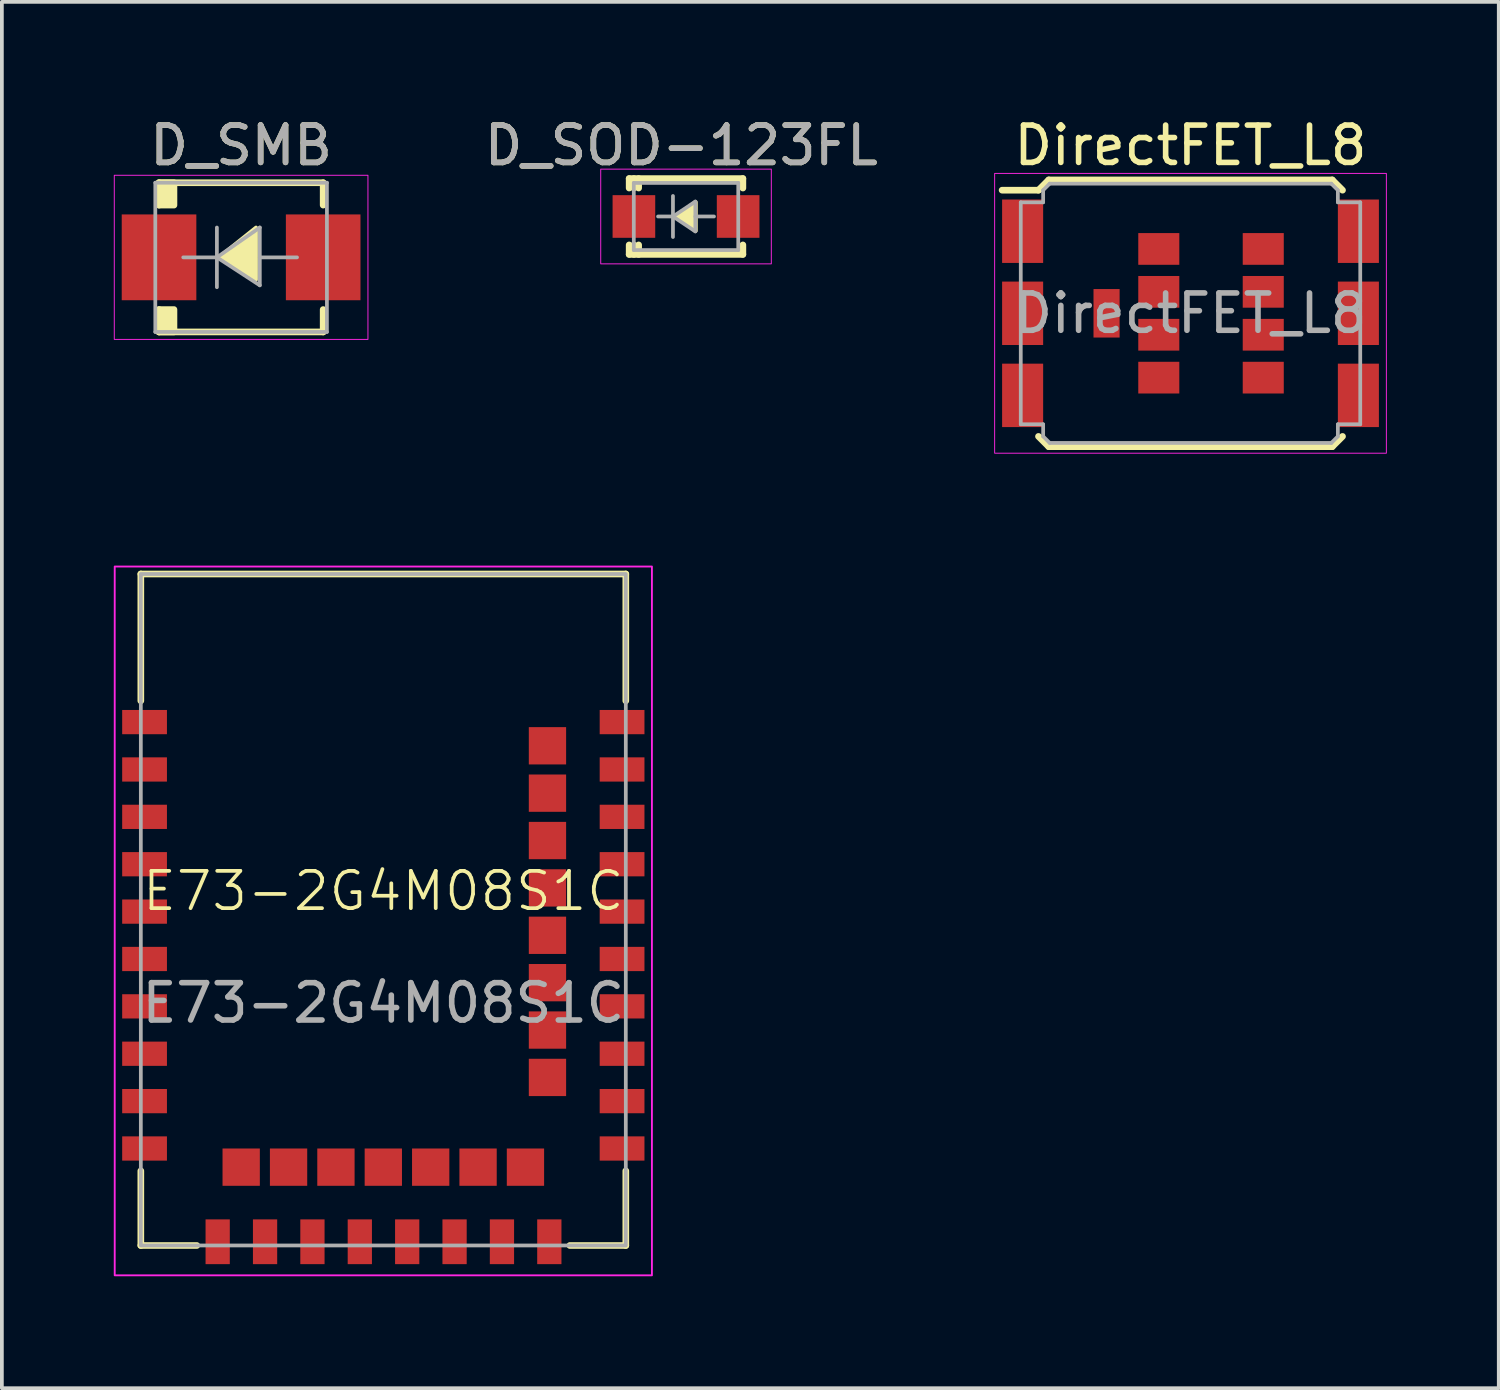
<source format=kicad_pcb>
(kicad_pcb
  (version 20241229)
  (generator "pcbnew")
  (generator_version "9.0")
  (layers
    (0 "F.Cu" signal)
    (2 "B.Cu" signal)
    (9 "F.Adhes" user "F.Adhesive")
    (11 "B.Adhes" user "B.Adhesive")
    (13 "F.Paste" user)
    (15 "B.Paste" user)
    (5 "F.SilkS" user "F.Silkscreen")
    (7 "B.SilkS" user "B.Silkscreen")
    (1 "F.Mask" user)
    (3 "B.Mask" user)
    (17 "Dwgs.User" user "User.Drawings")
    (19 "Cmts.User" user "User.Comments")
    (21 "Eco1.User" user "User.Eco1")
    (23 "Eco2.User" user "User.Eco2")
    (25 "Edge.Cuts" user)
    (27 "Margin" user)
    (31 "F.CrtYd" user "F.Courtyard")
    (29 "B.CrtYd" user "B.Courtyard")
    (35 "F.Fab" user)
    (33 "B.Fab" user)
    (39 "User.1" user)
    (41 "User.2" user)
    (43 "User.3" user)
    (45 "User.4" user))
  (footprint "D_SMB"
    (layer "F.Cu")
    (at 3.413 3.848)
    (property "Reference" "D_SMB" (at 0 -3 0) (layer "F.SilkS") (effects (font (size 1 1) (thickness 0.15))))
    (attr smd)
    (fp_line (start -2.2 -2) (end 2.2 -2) (stroke (width 0.178) (type solid)) (layer "F.SilkS"))
    (fp_line (start -2.2 -1.4) (end -2.2 -2) (stroke (width 0.178) (type solid)) (layer "F.SilkS"))
    (fp_line (start -2.2 2) (end -2.2 1.4) (stroke (width 0.178) (type solid)) (layer "F.SilkS"))
    (fp_line (start 2.2 -2) (end 2.2 -1.4) (stroke (width 0.178) (type solid)) (layer "F.SilkS"))
    (fp_line (start 2.2 1.4) (end 2.2 2) (stroke (width 0.178) (type solid)) (layer "F.SilkS"))
    (fp_line (start 2.2 2) (end -2.2 2) (stroke (width 0.178) (type solid)) (layer "F.SilkS"))
    (fp_rect (start -2.2 -2) (end -1.8 -1.4) (stroke (width 0.178) (type solid)) (fill yes) (layer "F.SilkS"))
    (fp_rect (start -2.2 1.4) (end -1.8 2) (stroke (width 0.178) (type solid)) (fill yes) (layer "F.SilkS"))
    (fp_poly (pts (xy -0.6 0) (xy 0.4 -0.8) (xy 0.4 0.6)) (stroke (width 0.1) (type solid)) (fill yes) (layer "F.SilkS"))
    (fp_rect (start -3.4 -2.2) (end 3.4 2.2) (stroke (width 0.025) (type solid)) (fill no) (layer "F.CrtYd"))
    (fp_line (start -2.3 2) (end -2.3 -2) (stroke (width 0.1) (type solid)) (layer "F.Fab"))
    (fp_line (start -0.649 -0.799) (end -0.649 0.801) (stroke (width 0.1) (type solid)) (layer "F.Fab"))
    (fp_line (start -0.649 0.001) (end -1.551 0.001) (stroke (width 0.1) (type solid)) (layer "F.Fab"))
    (fp_line (start -0.649 0.001) (end 0.501 -0.799) (stroke (width 0.1) (type solid)) (layer "F.Fab"))
    (fp_line (start -0.649 0.001) (end 0.501 0.75) (stroke (width 0.1) (type solid)) (layer "F.Fab"))
    (fp_line (start 0.501 0.001) (end 1.499 0.001) (stroke (width 0.1) (type solid)) (layer "F.Fab"))
    (fp_line (start 0.501 0.75) (end 0.501 -0.799) (stroke (width 0.1) (type solid)) (layer "F.Fab"))
    (fp_line (start 2.3 -2) (end -2.3 -2) (stroke (width 0.1) (type solid)) (layer "F.Fab"))
    (fp_line (start 2.3 -2) (end 2.3 2) (stroke (width 0.1) (type solid)) (layer "F.Fab"))
    (fp_line (start 2.3 2) (end -2.3 2) (stroke (width 0.1) (type solid)) (layer "F.Fab"))
    (fp_text user "${REFERENCE}" (at 0 -3 0) (layer "F.Fab") (effects (font (size 1 1) (thickness 0.15))))
    (pad "A" smd rect (at 2.2 0) (size 2 2.3) (layers "F.Cu" "F.Mask" "F.Paste"))
    (pad "K" smd rect (at -2.2 0) (size 2 2.3) (layers "F.Cu" "F.Mask" "F.Paste")))
  (footprint "DirectFET_L8"
    (layer "F.Cu")
    (at 28.862 5.348)
    (property "Reference" "DirectFET_L8" (at 0 -4.5 0) (layer "F.SilkS") (effects (font (size 1 1) (thickness 0.15))))
    (attr smd)
    (fp_line (start -5.05 -3.3) (end -4.075 -3.3) (stroke (width 0.178) (type solid)) (layer "F.SilkS"))
    (fp_line (start -4.075 -3.3) (end -3.8 -3.575) (stroke (width 0.178) (type solid)) (layer "F.SilkS"))
    (fp_line (start -4.075 3.3) (end -3.8 3.575) (stroke (width 0.178) (type solid)) (layer "F.SilkS"))
    (fp_line (start 3.8 -3.575) (end -3.8 -3.575) (stroke (width 0.178) (type solid)) (layer "F.SilkS"))
    (fp_line (start 3.8 3.575) (end -3.8 3.575) (stroke (width 0.178) (type solid)) (layer "F.SilkS"))
    (fp_line (start 4.075 -3.3) (end 3.8 -3.575) (stroke (width 0.178) (type solid)) (layer "F.SilkS"))
    (fp_line (start 4.075 3.3) (end 3.8 3.575) (stroke (width 0.178) (type solid)) (layer "F.SilkS"))
    (fp_rect (start -5.25 -3.75) (end 5.25 3.75) (stroke (width 0.025) (type solid)) (fill no) (layer "F.CrtYd"))
    (fp_line (start -4.55 -2.975) (end -4.55 2.975) (stroke (width 0.1) (type solid)) (layer "F.Fab"))
    (fp_line (start -4.55 -2.975) (end -3.95 -2.975) (stroke (width 0.1) (type solid)) (layer "F.Fab"))
    (fp_line (start -4.55 2.975) (end -3.95 2.975) (stroke (width 0.1) (type solid)) (layer "F.Fab"))
    (fp_line (start -3.95 -3.3) (end -3.775 -3.475) (stroke (width 0.1) (type solid)) (layer "F.Fab"))
    (fp_line (start -3.95 -2.975) (end -3.95 -3.3) (stroke (width 0.1) (type solid)) (layer "F.Fab"))
    (fp_line (start -3.95 2.975) (end -3.95 3.3) (stroke (width 0.1) (type solid)) (layer "F.Fab"))
    (fp_line (start -3.95 3.3) (end -3.775 3.475) (stroke (width 0.1) (type solid)) (layer "F.Fab"))
    (fp_line (start 3.775 -3.475) (end -3.775 -3.475) (stroke (width 0.1) (type solid)) (layer "F.Fab"))
    (fp_line (start 3.775 3.475) (end -3.775 3.475) (stroke (width 0.1) (type solid)) (layer "F.Fab"))
    (fp_line (start 3.95 -3.3) (end 3.775 -3.475) (stroke (width 0.1) (type solid)) (layer "F.Fab"))
    (fp_line (start 3.95 -2.975) (end 3.95 -3.3) (stroke (width 0.1) (type solid)) (layer "F.Fab"))
    (fp_line (start 3.95 2.975) (end 3.95 3.3) (stroke (width 0.1) (type solid)) (layer "F.Fab"))
    (fp_line (start 3.95 3.3) (end 3.775 3.475) (stroke (width 0.1) (type solid)) (layer "F.Fab"))
    (fp_line (start 4.55 -2.975) (end 3.95 -2.975) (stroke (width 0.1) (type solid)) (layer "F.Fab"))
    (fp_line (start 4.55 -2.975) (end 4.55 2.975) (stroke (width 0.1) (type solid)) (layer "F.Fab"))
    (fp_line (start 4.55 2.975) (end 3.95 2.975) (stroke (width 0.1) (type solid)) (layer "F.Fab"))
    (fp_text user "${REFERENCE}" (at 0 0 0) (layer "F.Fab") (effects (font (size 1 1) (thickness 0.15))))
    (pad "D" smd rect (at -4.5 -2.2) (size 1.1 1.7) (layers "F.Cu" "F.Mask" "F.Paste"))
    (pad "D" smd rect (at -4.5 0) (size 1.1 1.7) (layers "F.Cu" "F.Mask" "F.Paste"))
    (pad "D" smd rect (at -4.5 2.2) (size 1.1 1.7) (layers "F.Cu" "F.Mask" "F.Paste"))
    (pad "D" smd rect (at 4.5 -2.2) (size 1.1 1.7) (layers "F.Cu" "F.Mask" "F.Paste"))
    (pad "D" smd rect (at 4.5 0) (size 1.1 1.7) (layers "F.Cu" "F.Mask" "F.Paste"))
    (pad "D" smd rect (at 4.5 2.2) (size 1.1 1.7) (layers "F.Cu" "F.Mask" "F.Paste"))
    (pad "G" smd rect (at -2.25 0) (size 0.7 1.3) (layers "F.Cu" "F.Mask" "F.Paste"))
    (pad "S" smd rect (at -0.85 -1.725) (size 1.1 0.85) (layers "F.Cu" "F.Mask" "F.Paste"))
    (pad "S" smd rect (at -0.85 -0.575) (size 1.1 0.85) (layers "F.Cu" "F.Mask" "F.Paste"))
    (pad "S" smd rect (at -0.85 0.575) (size 1.1 0.85) (layers "F.Cu" "F.Mask" "F.Paste"))
    (pad "S" smd rect (at -0.85 1.725) (size 1.1 0.85) (layers "F.Cu" "F.Mask" "F.Paste"))
    (pad "S" smd rect (at 1.95 -1.725) (size 1.1 0.85) (layers "F.Cu" "F.Mask" "F.Paste"))
    (pad "S" smd rect (at 1.95 -0.575) (size 1.1 0.85) (layers "F.Cu" "F.Mask" "F.Paste"))
    (pad "S" smd rect (at 1.95 0.575) (size 1.1 0.85) (layers "F.Cu" "F.Mask" "F.Paste"))
    (pad "S" smd rect (at 1.95 1.725) (size 1.1 0.85) (layers "F.Cu" "F.Mask" "F.Paste")))
  (footprint "E73-2G4M08S1C"
    (layer "F.Cu")
    (at 7.225 21.336)
    (property "Reference" "E73-2G4M08S1C" (at 0 -0.5 0) (unlocked yes) (layer "F.SilkS") (effects (font (size 1 1) (thickness 0.1))))
    (attr smd)
    (fp_line (start -6.5 -9) (end 6.5 -9) (stroke (width 0.178) (type default)) (layer "F.SilkS"))
    (fp_line (start -6.5 -5.6) (end -6.5 -9) (stroke (width 0.178) (type default)) (layer "F.SilkS"))
    (fp_line (start -6.5 7) (end -6.5 9) (stroke (width 0.178) (type default)) (layer "F.SilkS"))
    (fp_line (start -6.5 9) (end -5 9) (stroke (width 0.178) (type default)) (layer "F.SilkS"))
    (fp_line (start 5 9) (end 6.5 9) (stroke (width 0.178) (type default)) (layer "F.SilkS"))
    (fp_line (start 6.5 -9) (end 6.5 -5.6) (stroke (width 0.178) (type default)) (layer "F.SilkS"))
    (fp_line (start 6.5 9) (end 6.5 7) (stroke (width 0.178) (type default)) (layer "F.SilkS"))
    (fp_rect (start -6.5 -9) (end 6.5 9) (stroke (width 0.025) (type default)) (fill no) (layer "F.SilkS"))
    (fp_rect (start -7.2 -9.2) (end 7.2 9.8) (stroke (width 0.05) (type default)) (fill no) (layer "F.CrtYd"))
    (fp_rect (start -6.5 -9) (end 6.5 9) (stroke (width 0.1) (type default)) (fill no) (layer "F.Fab"))
    (fp_text user "${REFERENCE}" (at 0 2.5 0) (unlocked yes) (layer "F.Fab") (effects (font (size 1 1) (thickness 0.15))))
    (pad "1" smd rect (at -6.4 -5.03) (size 1.2 0.65) (layers "F.Cu" "F.Mask" "F.Paste"))
    (pad "2" smd rect (at -6.4 -3.76) (size 1.2 0.65) (layers "F.Cu" "F.Mask" "F.Paste"))
    (pad "3" smd rect (at -6.4 -2.49) (size 1.2 0.65) (layers "F.Cu" "F.Mask" "F.Paste"))
    (pad "4" smd rect (at -6.4 -1.22) (size 1.2 0.65) (layers "F.Cu" "F.Mask" "F.Paste"))
    (pad "5" smd rect (at -6.4 0.05) (size 1.2 0.65) (layers "F.Cu" "F.Mask" "F.Paste"))
    (pad "6" smd rect (at -6.4 1.32) (size 1.2 0.65) (layers "F.Cu" "F.Mask" "F.Paste"))
    (pad "7" smd rect (at -6.4 2.59) (size 1.2 0.65) (layers "F.Cu" "F.Mask" "F.Paste"))
    (pad "8" smd rect (at -6.4 3.86) (size 1.2 0.65) (layers "F.Cu" "F.Mask" "F.Paste"))
    (pad "9" smd rect (at -6.4 5.13) (size 1.2 0.65) (layers "F.Cu" "F.Mask" "F.Paste"))
    (pad "10" smd rect (at -6.4 6.4) (size 1.2 0.65) (layers "F.Cu" "F.Mask" "F.Paste"))
    (pad "11" smd rect (at -4.44 8.9) (size 0.65 1.2) (layers "F.Cu" "F.Mask" "F.Paste"))
    (pad "12" smd rect (at -3.81 6.9) (size 1 1) (layers "F.Cu" "F.Mask" "F.Paste"))
    (pad "13" smd rect (at -3.17 8.9) (size 0.65 1.2) (layers "F.Cu" "F.Mask" "F.Paste"))
    (pad "14" smd rect (at -2.54 6.9) (size 1 1) (layers "F.Cu" "F.Mask" "F.Paste"))
    (pad "15" smd rect (at -1.9 8.9) (size 0.65 1.2) (layers "F.Cu" "F.Mask" "F.Paste"))
    (pad "16" smd rect (at -1.27 6.9) (size 1 1) (layers "F.Cu" "F.Mask" "F.Paste"))
    (pad "17" smd rect (at -0.63 8.9) (size 0.65 1.2) (layers "F.Cu" "F.Mask" "F.Paste"))
    (pad "18" smd rect (at 0 6.9) (size 1 1) (layers "F.Cu" "F.Mask" "F.Paste"))
    (pad "19" smd rect (at 0.64 8.9) (size 0.65 1.2) (layers "F.Cu" "F.Mask" "F.Paste"))
    (pad "20" smd rect (at 1.27 6.9) (size 1 1) (layers "F.Cu" "F.Mask" "F.Paste"))
    (pad "21" smd rect (at 1.91 8.9) (size 0.65 1.2) (layers "F.Cu" "F.Mask" "F.Paste"))
    (pad "22" smd rect (at 2.54 6.9) (size 1 1) (layers "F.Cu" "F.Mask" "F.Paste"))
    (pad "23" smd rect (at 3.18 8.9) (size 0.65 1.2) (layers "F.Cu" "F.Mask" "F.Paste"))
    (pad "24" smd rect (at 3.81 6.9) (size 1 1) (layers "F.Cu" "F.Mask" "F.Paste"))
    (pad "25" smd rect (at 4.45 8.9) (size 0.65 1.2) (layers "F.Cu" "F.Mask" "F.Paste"))
    (pad "26" smd rect (at 6.4 6.4) (size 1.2 0.65) (layers "F.Cu" "F.Mask" "F.Paste"))
    (pad "27" smd rect (at 6.4 5.13) (size 1.2 0.65) (layers "F.Cu" "F.Mask" "F.Paste"))
    (pad "28" smd rect (at 4.4 4.495) (size 1 1) (layers "F.Cu" "F.Mask" "F.Paste"))
    (pad "29" smd rect (at 6.4 3.86) (size 1.2 0.65) (layers "F.Cu" "F.Mask" "F.Paste"))
    (pad "30" smd rect (at 4.4 3.225) (size 1 1) (layers "F.Cu" "F.Mask" "F.Paste"))
    (pad "31" smd rect (at 6.4 2.59) (size 1.2 0.65) (layers "F.Cu" "F.Mask" "F.Paste"))
    (pad "32" smd rect (at 4.4 1.955) (size 1 1) (layers "F.Cu" "F.Mask" "F.Paste"))
    (pad "33" smd rect (at 6.4 1.32) (size 1.2 0.65) (layers "F.Cu" "F.Mask" "F.Paste"))
    (pad "34" smd rect (at 4.4 0.685) (size 1 1) (layers "F.Cu" "F.Mask" "F.Paste"))
    (pad "35" smd rect (at 6.4 0.05) (size 1.2 0.65) (layers "F.Cu" "F.Mask" "F.Paste"))
    (pad "36" smd rect (at 4.4 -0.585) (size 1 1) (layers "F.Cu" "F.Mask" "F.Paste"))
    (pad "37" smd rect (at 6.4 -1.22) (size 1.2 0.65) (layers "F.Cu" "F.Mask" "F.Paste"))
    (pad "38" smd rect (at 4.4 -1.855) (size 1 1) (layers "F.Cu" "F.Mask" "F.Paste"))
    (pad "39" smd rect (at 6.4 -2.49) (size 1.2 0.65) (layers "F.Cu" "F.Mask" "F.Paste"))
    (pad "40" smd rect (at 4.4 -3.125) (size 1 1) (layers "F.Cu" "F.Mask" "F.Paste"))
    (pad "41" smd rect (at 6.4 -3.76) (size 1.2 0.65) (layers "F.Cu" "F.Mask" "F.Paste"))
    (pad "42" smd rect (at 4.4 -4.395) (size 1 1) (layers "F.Cu" "F.Mask" "F.Paste"))
    (pad "43" smd rect (at 6.4 -5.03) (size 1.2 0.65) (layers "F.Cu" "F.Mask" "F.Paste")))
  (footprint "D_SOD-123FL"
    (layer "F.Cu")
    (at 15.339 2.753)
    (property "Reference" "D_SOD-123FL" (at -0.127 -1.905 0) (layer "F.SilkS") (effects (font (size 1 1) (thickness 0.15))))
    (attr smd)
    (fp_line (start -1.524 -1.016) (end 1.524 -1.016) (stroke (width 0.178) (type solid)) (layer "F.SilkS"))
    (fp_line (start -1.524 -0.762) (end -1.524 -1.016) (stroke (width 0.178) (type solid)) (layer "F.SilkS"))
    (fp_line (start -1.524 1.016) (end -1.524 0.762) (stroke (width 0.178) (type solid)) (layer "F.SilkS"))
    (fp_line (start -1.397 -0.762) (end -1.397 -1.016) (stroke (width 0.178) (type solid)) (layer "F.SilkS"))
    (fp_line (start -1.397 1.016) (end -1.397 0.762) (stroke (width 0.178) (type solid)) (layer "F.SilkS"))
    (fp_line (start -1.27 -0.762) (end -1.27 -1.016) (stroke (width 0.178) (type solid)) (layer "F.SilkS"))
    (fp_line (start -1.27 0.762) (end -1.27 1.016) (stroke (width 0.178) (type solid)) (layer "F.SilkS"))
    (fp_line (start 1.524 -1.016) (end 1.524 -0.762) (stroke (width 0.178) (type solid)) (layer "F.SilkS"))
    (fp_line (start 1.524 0.762) (end 1.524 1.016) (stroke (width 0.178) (type solid)) (layer "F.SilkS"))
    (fp_line (start 1.524 1.016) (end -1.524 1.016) (stroke (width 0.178) (type solid)) (layer "F.SilkS"))
    (fp_poly (pts (xy 0.254 0.381) (xy -0.254 0) (xy 0.254 -0.381)) (stroke (width 0.12) (type solid)) (fill yes) (layer "F.SilkS"))
    (fp_rect (start -2.286 1.27) (end 2.286 -1.27) (stroke (width 0.025) (type solid)) (fill no) (layer "F.CrtYd"))
    (fp_line (start -1.4 -0.9) (end 1.4 -0.9) (stroke (width 0.1) (type solid)) (layer "F.Fab"))
    (fp_line (start -1.4 0.9) (end -1.4 -0.9) (stroke (width 0.1) (type solid)) (layer "F.Fab"))
    (fp_line (start -0.75 0) (end -0.35 0) (stroke (width 0.1) (type solid)) (layer "F.Fab"))
    (fp_line (start -0.35 0) (end -0.35 -0.55) (stroke (width 0.1) (type solid)) (layer "F.Fab"))
    (fp_line (start -0.35 0) (end -0.35 0.55) (stroke (width 0.1) (type solid)) (layer "F.Fab"))
    (fp_line (start -0.35 0) (end 0.25 -0.4) (stroke (width 0.1) (type solid)) (layer "F.Fab"))
    (fp_line (start 0.25 -0.4) (end 0.25 0.4) (stroke (width 0.1) (type solid)) (layer "F.Fab"))
    (fp_line (start 0.25 0) (end 0.75 0) (stroke (width 0.1) (type solid)) (layer "F.Fab"))
    (fp_line (start 0.25 0.4) (end -0.35 0) (stroke (width 0.1) (type solid)) (layer "F.Fab"))
    (fp_line (start 1.4 -0.9) (end 1.4 0.9) (stroke (width 0.1) (type solid)) (layer "F.Fab"))
    (fp_line (start 1.4 0.9) (end -1.4 0.9) (stroke (width 0.1) (type solid)) (layer "F.Fab"))
    (fp_text user "${REFERENCE}" (at -0.127 -1.905 0) (layer "F.Fab") (effects (font (size 1 1) (thickness 0.15))))
    (pad "A" smd rect (at 1.397 0) (size 1.143 1.143) (layers "F.Cu" "F.Mask" "F.Paste"))
    (pad "K" smd rect (at -1.397 0) (size 1.143 1.143) (layers "F.Cu" "F.Mask" "F.Paste")))
  (gr_rect
    (start -3 -3)
    (end 37.125 34.161)
    (stroke (width 0.1) (type default))
    (fill no)
    (layer "Edge.Cuts")))
</source>
